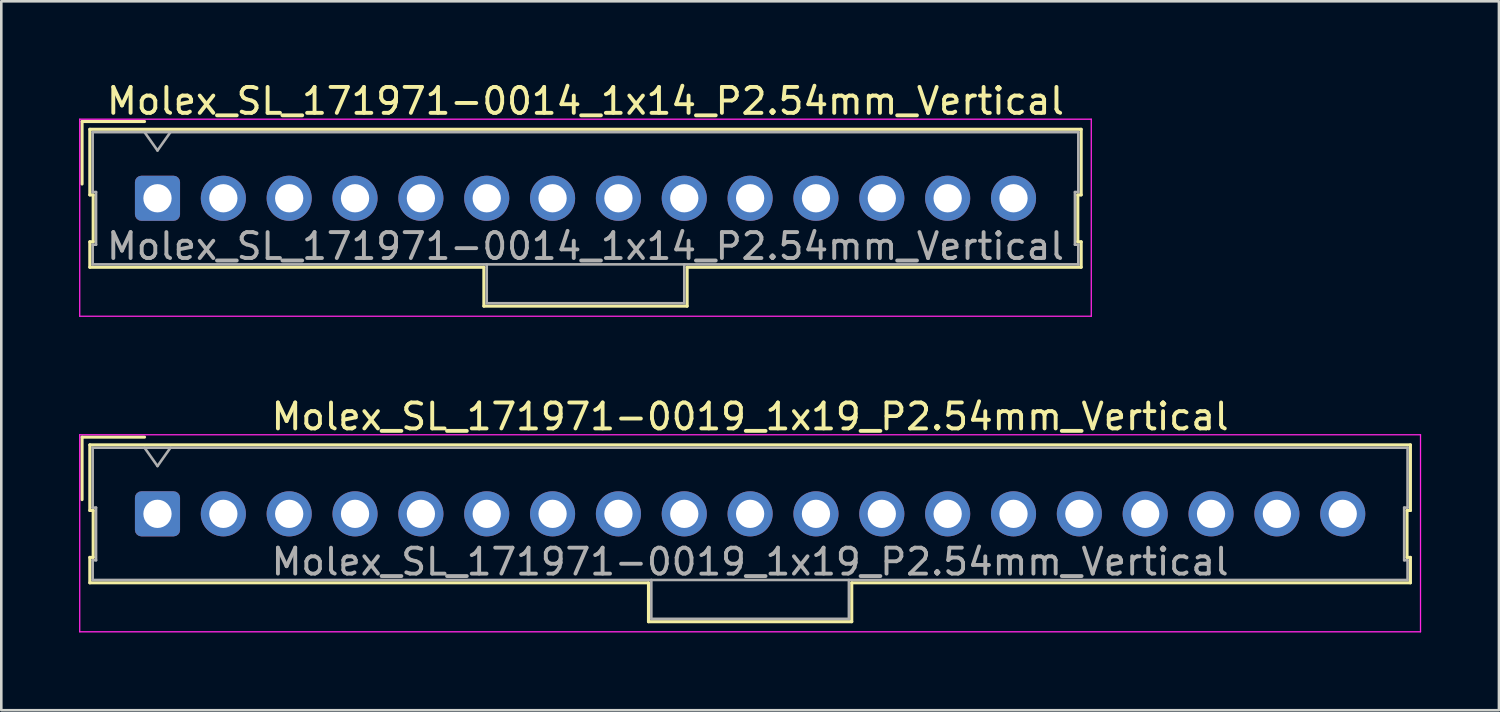
<source format=kicad_pcb>
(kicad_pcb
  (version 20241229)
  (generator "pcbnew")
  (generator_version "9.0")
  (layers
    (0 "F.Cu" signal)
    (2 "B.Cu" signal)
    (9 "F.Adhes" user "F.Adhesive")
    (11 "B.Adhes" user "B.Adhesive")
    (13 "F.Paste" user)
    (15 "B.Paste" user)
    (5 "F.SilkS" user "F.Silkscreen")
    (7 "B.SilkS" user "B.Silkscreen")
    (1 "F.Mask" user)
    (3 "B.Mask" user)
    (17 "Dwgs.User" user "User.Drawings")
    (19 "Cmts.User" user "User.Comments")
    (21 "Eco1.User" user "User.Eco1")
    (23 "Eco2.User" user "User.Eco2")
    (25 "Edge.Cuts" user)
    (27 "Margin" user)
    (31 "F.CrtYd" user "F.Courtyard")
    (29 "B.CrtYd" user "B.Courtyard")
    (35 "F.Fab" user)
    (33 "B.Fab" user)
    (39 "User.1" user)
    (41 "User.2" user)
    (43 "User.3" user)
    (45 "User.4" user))
  (footprint "Molex_SL_171971-0019_1x19_P2.54mm_Vertical"
    (layer "F.Cu")
    (at 3.025 16.771)
    (property "Reference" "Molex_SL_171971-0019_1x19_P2.54mm_Vertical" (at 22.86 -3.75 0) (layer "F.SilkS") (effects (font (size 1 1) (thickness 0.15))))
    (attr through_hole)
    (fp_line (start -2.91 -2.96) (end -0.5 -2.96) (stroke (width 0.12) (type solid)) (layer "F.SilkS"))
    (fp_line (start -2.91 -0.55) (end -2.91 -2.96) (stroke (width 0.12) (type solid)) (layer "F.SilkS"))
    (fp_line (start -2.61 -2.66) (end -2.61 -0.13) (stroke (width 0.12) (type solid)) (layer "F.SilkS"))
    (fp_line (start -2.61 -0.13) (end -2.48 -0.13) (stroke (width 0.12) (type solid)) (layer "F.SilkS"))
    (fp_line (start -2.61 1.68) (end -2.61 2.66) (stroke (width 0.12) (type solid)) (layer "F.SilkS"))
    (fp_line (start -2.61 2.66) (end 18.94 2.66) (stroke (width 0.12) (type solid)) (layer "F.SilkS"))
    (fp_line (start -2.48 -0.13) (end -2.48 1.68) (stroke (width 0.12) (type solid)) (layer "F.SilkS"))
    (fp_line (start -2.48 1.68) (end -2.61 1.68) (stroke (width 0.12) (type solid)) (layer "F.SilkS"))
    (fp_line (start 18.94 2.66) (end 18.94 4.16) (stroke (width 0.12) (type solid)) (layer "F.SilkS"))
    (fp_line (start 18.94 4.16) (end 26.78 4.16) (stroke (width 0.12) (type solid)) (layer "F.SilkS"))
    (fp_line (start 26.78 2.66) (end 48.33 2.66) (stroke (width 0.12) (type solid)) (layer "F.SilkS"))
    (fp_line (start 26.78 4.16) (end 26.78 2.66) (stroke (width 0.12) (type solid)) (layer "F.SilkS"))
    (fp_line (start 48.2 -0.13) (end 48.33 -0.13) (stroke (width 0.12) (type solid)) (layer "F.SilkS"))
    (fp_line (start 48.2 1.68) (end 48.2 -0.13) (stroke (width 0.12) (type solid)) (layer "F.SilkS"))
    (fp_line (start 48.33 -2.66) (end -2.61 -2.66) (stroke (width 0.12) (type solid)) (layer "F.SilkS"))
    (fp_line (start 48.33 -0.13) (end 48.33 -2.66) (stroke (width 0.12) (type solid)) (layer "F.SilkS"))
    (fp_line (start 48.33 1.68) (end 48.2 1.68) (stroke (width 0.12) (type solid)) (layer "F.SilkS"))
    (fp_line (start 48.33 2.66) (end 48.33 1.68) (stroke (width 0.12) (type solid)) (layer "F.SilkS"))
    (fp_line (start -3 -3.05) (end -3 4.55) (stroke (width 0.05) (type solid)) (layer "F.CrtYd"))
    (fp_line (start -3 4.55) (end 48.72 4.55) (stroke (width 0.05) (type solid)) (layer "F.CrtYd"))
    (fp_line (start 48.72 -3.05) (end -3 -3.05) (stroke (width 0.05) (type solid)) (layer "F.CrtYd"))
    (fp_line (start 48.72 4.55) (end 48.72 -3.05) (stroke (width 0.05) (type solid)) (layer "F.CrtYd"))
    (fp_line (start -2.5 -2.55) (end -2.5 -0.24) (stroke (width 0.1) (type solid)) (layer "F.Fab"))
    (fp_line (start -2.5 -0.24) (end -2.37 -0.24) (stroke (width 0.1) (type solid)) (layer "F.Fab"))
    (fp_line (start -2.5 1.79) (end -2.5 2.55) (stroke (width 0.1) (type solid)) (layer "F.Fab"))
    (fp_line (start -2.5 2.55) (end 48.22 2.55) (stroke (width 0.1) (type solid)) (layer "F.Fab"))
    (fp_line (start -2.37 -0.24) (end -2.37 1.79) (stroke (width 0.1) (type solid)) (layer "F.Fab"))
    (fp_line (start -2.37 1.79) (end -2.5 1.79) (stroke (width 0.1) (type solid)) (layer "F.Fab"))
    (fp_line (start 0 -1.843) (end -0.5 -2.55) (stroke (width 0.1) (type solid)) (layer "F.Fab"))
    (fp_line (start 0.5 -2.55) (end 0 -1.843) (stroke (width 0.1) (type solid)) (layer "F.Fab"))
    (fp_line (start 19.05 2.55) (end 19.05 4.05) (stroke (width 0.1) (type solid)) (layer "F.Fab"))
    (fp_line (start 19.05 4.05) (end 26.67 4.05) (stroke (width 0.1) (type solid)) (layer "F.Fab"))
    (fp_line (start 26.67 4.05) (end 26.67 2.55) (stroke (width 0.1) (type solid)) (layer "F.Fab"))
    (fp_line (start 48.09 -0.24) (end 48.22 -0.24) (stroke (width 0.1) (type solid)) (layer "F.Fab"))
    (fp_line (start 48.09 1.79) (end 48.09 -0.24) (stroke (width 0.1) (type solid)) (layer "F.Fab"))
    (fp_line (start 48.22 -2.55) (end -2.5 -2.55) (stroke (width 0.1) (type solid)) (layer "F.Fab"))
    (fp_line (start 48.22 -0.24) (end 48.22 -2.55) (stroke (width 0.1) (type solid)) (layer "F.Fab"))
    (fp_line (start 48.22 1.79) (end 48.09 1.79) (stroke (width 0.1) (type solid)) (layer "F.Fab"))
    (fp_line (start 48.22 2.55) (end 48.22 1.79) (stroke (width 0.1) (type solid)) (layer "F.Fab"))
    (fp_text user "${REFERENCE}" (at 22.86 1.85 0) (layer "F.Fab") (effects (font (size 1 1) (thickness 0.15))))
    (pad "1" thru_hole roundrect (at 0 0) (size 1.74 1.74) (drill 1.09) (layers "*.Cu" "*.Mask") (roundrect_rratio 0.144))
    (pad "2" thru_hole circle (at 2.54 0) (size 1.74 1.74) (drill 1.09) (layers "*.Cu" "*.Mask"))
    (pad "3" thru_hole circle (at 5.08 0) (size 1.74 1.74) (drill 1.09) (layers "*.Cu" "*.Mask"))
    (pad "4" thru_hole circle (at 7.62 0) (size 1.74 1.74) (drill 1.09) (layers "*.Cu" "*.Mask"))
    (pad "5" thru_hole circle (at 10.16 0) (size 1.74 1.74) (drill 1.09) (layers "*.Cu" "*.Mask"))
    (pad "6" thru_hole circle (at 12.7 0) (size 1.74 1.74) (drill 1.09) (layers "*.Cu" "*.Mask"))
    (pad "7" thru_hole circle (at 15.24 0) (size 1.74 1.74) (drill 1.09) (layers "*.Cu" "*.Mask"))
    (pad "8" thru_hole circle (at 17.78 0) (size 1.74 1.74) (drill 1.09) (layers "*.Cu" "*.Mask"))
    (pad "9" thru_hole circle (at 20.32 0) (size 1.74 1.74) (drill 1.09) (layers "*.Cu" "*.Mask"))
    (pad "10" thru_hole circle (at 22.86 0) (size 1.74 1.74) (drill 1.09) (layers "*.Cu" "*.Mask"))
    (pad "11" thru_hole circle (at 25.4 0) (size 1.74 1.74) (drill 1.09) (layers "*.Cu" "*.Mask"))
    (pad "12" thru_hole circle (at 27.94 0) (size 1.74 1.74) (drill 1.09) (layers "*.Cu" "*.Mask"))
    (pad "13" thru_hole circle (at 30.48 0) (size 1.74 1.74) (drill 1.09) (layers "*.Cu" "*.Mask"))
    (pad "14" thru_hole circle (at 33.02 0) (size 1.74 1.74) (drill 1.09) (layers "*.Cu" "*.Mask"))
    (pad "15" thru_hole circle (at 35.56 0) (size 1.74 1.74) (drill 1.09) (layers "*.Cu" "*.Mask"))
    (pad "16" thru_hole circle (at 38.1 0) (size 1.74 1.74) (drill 1.09) (layers "*.Cu" "*.Mask"))
    (pad "17" thru_hole circle (at 40.64 0) (size 1.74 1.74) (drill 1.09) (layers "*.Cu" "*.Mask"))
    (pad "18" thru_hole circle (at 43.18 0) (size 1.74 1.74) (drill 1.09) (layers "*.Cu" "*.Mask"))
    (pad "19" thru_hole circle (at 45.72 0) (size 1.74 1.74) (drill 1.09) (layers "*.Cu" "*.Mask")))
  (footprint "Molex_SL_171971-0014_1x14_P2.54mm_Vertical"
    (layer "F.Cu")
    (at 3.025 4.598)
    (property "Reference" "Molex_SL_171971-0014_1x14_P2.54mm_Vertical" (at 16.51 -3.75 0) (layer "F.SilkS") (effects (font (size 1 1) (thickness 0.15))))
    (attr through_hole)
    (fp_line (start -2.91 -2.96) (end -0.5 -2.96) (stroke (width 0.12) (type solid)) (layer "F.SilkS"))
    (fp_line (start -2.91 -0.55) (end -2.91 -2.96) (stroke (width 0.12) (type solid)) (layer "F.SilkS"))
    (fp_line (start -2.61 -2.66) (end -2.61 -0.13) (stroke (width 0.12) (type solid)) (layer "F.SilkS"))
    (fp_line (start -2.61 -0.13) (end -2.48 -0.13) (stroke (width 0.12) (type solid)) (layer "F.SilkS"))
    (fp_line (start -2.61 1.68) (end -2.61 2.66) (stroke (width 0.12) (type solid)) (layer "F.SilkS"))
    (fp_line (start -2.61 2.66) (end 12.59 2.66) (stroke (width 0.12) (type solid)) (layer "F.SilkS"))
    (fp_line (start -2.48 -0.13) (end -2.48 1.68) (stroke (width 0.12) (type solid)) (layer "F.SilkS"))
    (fp_line (start -2.48 1.68) (end -2.61 1.68) (stroke (width 0.12) (type solid)) (layer "F.SilkS"))
    (fp_line (start 12.59 2.66) (end 12.59 4.16) (stroke (width 0.12) (type solid)) (layer "F.SilkS"))
    (fp_line (start 12.59 4.16) (end 20.43 4.16) (stroke (width 0.12) (type solid)) (layer "F.SilkS"))
    (fp_line (start 20.43 2.66) (end 35.63 2.66) (stroke (width 0.12) (type solid)) (layer "F.SilkS"))
    (fp_line (start 20.43 4.16) (end 20.43 2.66) (stroke (width 0.12) (type solid)) (layer "F.SilkS"))
    (fp_line (start 35.5 -0.13) (end 35.63 -0.13) (stroke (width 0.12) (type solid)) (layer "F.SilkS"))
    (fp_line (start 35.5 1.68) (end 35.5 -0.13) (stroke (width 0.12) (type solid)) (layer "F.SilkS"))
    (fp_line (start 35.63 -2.66) (end -2.61 -2.66) (stroke (width 0.12) (type solid)) (layer "F.SilkS"))
    (fp_line (start 35.63 -0.13) (end 35.63 -2.66) (stroke (width 0.12) (type solid)) (layer "F.SilkS"))
    (fp_line (start 35.63 1.68) (end 35.5 1.68) (stroke (width 0.12) (type solid)) (layer "F.SilkS"))
    (fp_line (start 35.63 2.66) (end 35.63 1.68) (stroke (width 0.12) (type solid)) (layer "F.SilkS"))
    (fp_line (start -3 -3.05) (end -3 4.55) (stroke (width 0.05) (type solid)) (layer "F.CrtYd"))
    (fp_line (start -3 4.55) (end 36.02 4.55) (stroke (width 0.05) (type solid)) (layer "F.CrtYd"))
    (fp_line (start 36.02 -3.05) (end -3 -3.05) (stroke (width 0.05) (type solid)) (layer "F.CrtYd"))
    (fp_line (start 36.02 4.55) (end 36.02 -3.05) (stroke (width 0.05) (type solid)) (layer "F.CrtYd"))
    (fp_line (start -2.5 -2.55) (end -2.5 -0.24) (stroke (width 0.1) (type solid)) (layer "F.Fab"))
    (fp_line (start -2.5 -0.24) (end -2.37 -0.24) (stroke (width 0.1) (type solid)) (layer "F.Fab"))
    (fp_line (start -2.5 1.79) (end -2.5 2.55) (stroke (width 0.1) (type solid)) (layer "F.Fab"))
    (fp_line (start -2.5 2.55) (end 35.52 2.55) (stroke (width 0.1) (type solid)) (layer "F.Fab"))
    (fp_line (start -2.37 -0.24) (end -2.37 1.79) (stroke (width 0.1) (type solid)) (layer "F.Fab"))
    (fp_line (start -2.37 1.79) (end -2.5 1.79) (stroke (width 0.1) (type solid)) (layer "F.Fab"))
    (fp_line (start 0 -1.843) (end -0.5 -2.55) (stroke (width 0.1) (type solid)) (layer "F.Fab"))
    (fp_line (start 0.5 -2.55) (end 0 -1.843) (stroke (width 0.1) (type solid)) (layer "F.Fab"))
    (fp_line (start 12.7 2.55) (end 12.7 4.05) (stroke (width 0.1) (type solid)) (layer "F.Fab"))
    (fp_line (start 12.7 4.05) (end 20.32 4.05) (stroke (width 0.1) (type solid)) (layer "F.Fab"))
    (fp_line (start 20.32 4.05) (end 20.32 2.55) (stroke (width 0.1) (type solid)) (layer "F.Fab"))
    (fp_line (start 35.39 -0.24) (end 35.52 -0.24) (stroke (width 0.1) (type solid)) (layer "F.Fab"))
    (fp_line (start 35.39 1.79) (end 35.39 -0.24) (stroke (width 0.1) (type solid)) (layer "F.Fab"))
    (fp_line (start 35.52 -2.55) (end -2.5 -2.55) (stroke (width 0.1) (type solid)) (layer "F.Fab"))
    (fp_line (start 35.52 -0.24) (end 35.52 -2.55) (stroke (width 0.1) (type solid)) (layer "F.Fab"))
    (fp_line (start 35.52 1.79) (end 35.39 1.79) (stroke (width 0.1) (type solid)) (layer "F.Fab"))
    (fp_line (start 35.52 2.55) (end 35.52 1.79) (stroke (width 0.1) (type solid)) (layer "F.Fab"))
    (fp_text user "${REFERENCE}" (at 16.51 1.85 0) (layer "F.Fab") (effects (font (size 1 1) (thickness 0.15))))
    (pad "1" thru_hole roundrect (at 0 0) (size 1.74 1.74) (drill 1.09) (layers "*.Cu" "*.Mask") (roundrect_rratio 0.144))
    (pad "2" thru_hole circle (at 2.54 0) (size 1.74 1.74) (drill 1.09) (layers "*.Cu" "*.Mask"))
    (pad "3" thru_hole circle (at 5.08 0) (size 1.74 1.74) (drill 1.09) (layers "*.Cu" "*.Mask"))
    (pad "4" thru_hole circle (at 7.62 0) (size 1.74 1.74) (drill 1.09) (layers "*.Cu" "*.Mask"))
    (pad "5" thru_hole circle (at 10.16 0) (size 1.74 1.74) (drill 1.09) (layers "*.Cu" "*.Mask"))
    (pad "6" thru_hole circle (at 12.7 0) (size 1.74 1.74) (drill 1.09) (layers "*.Cu" "*.Mask"))
    (pad "7" thru_hole circle (at 15.24 0) (size 1.74 1.74) (drill 1.09) (layers "*.Cu" "*.Mask"))
    (pad "8" thru_hole circle (at 17.78 0) (size 1.74 1.74) (drill 1.09) (layers "*.Cu" "*.Mask"))
    (pad "9" thru_hole circle (at 20.32 0) (size 1.74 1.74) (drill 1.09) (layers "*.Cu" "*.Mask"))
    (pad "10" thru_hole circle (at 22.86 0) (size 1.74 1.74) (drill 1.09) (layers "*.Cu" "*.Mask"))
    (pad "11" thru_hole circle (at 25.4 0) (size 1.74 1.74) (drill 1.09) (layers "*.Cu" "*.Mask"))
    (pad "12" thru_hole circle (at 27.94 0) (size 1.74 1.74) (drill 1.09) (layers "*.Cu" "*.Mask"))
    (pad "13" thru_hole circle (at 30.48 0) (size 1.74 1.74) (drill 1.09) (layers "*.Cu" "*.Mask"))
    (pad "14" thru_hole circle (at 33.02 0) (size 1.74 1.74) (drill 1.09) (layers "*.Cu" "*.Mask")))
  (gr_rect
    (start -3 -3)
    (end 54.77 24.346)
    (stroke (width 0.1) (type default))
    (fill no)
    (layer "Edge.Cuts")))
</source>
